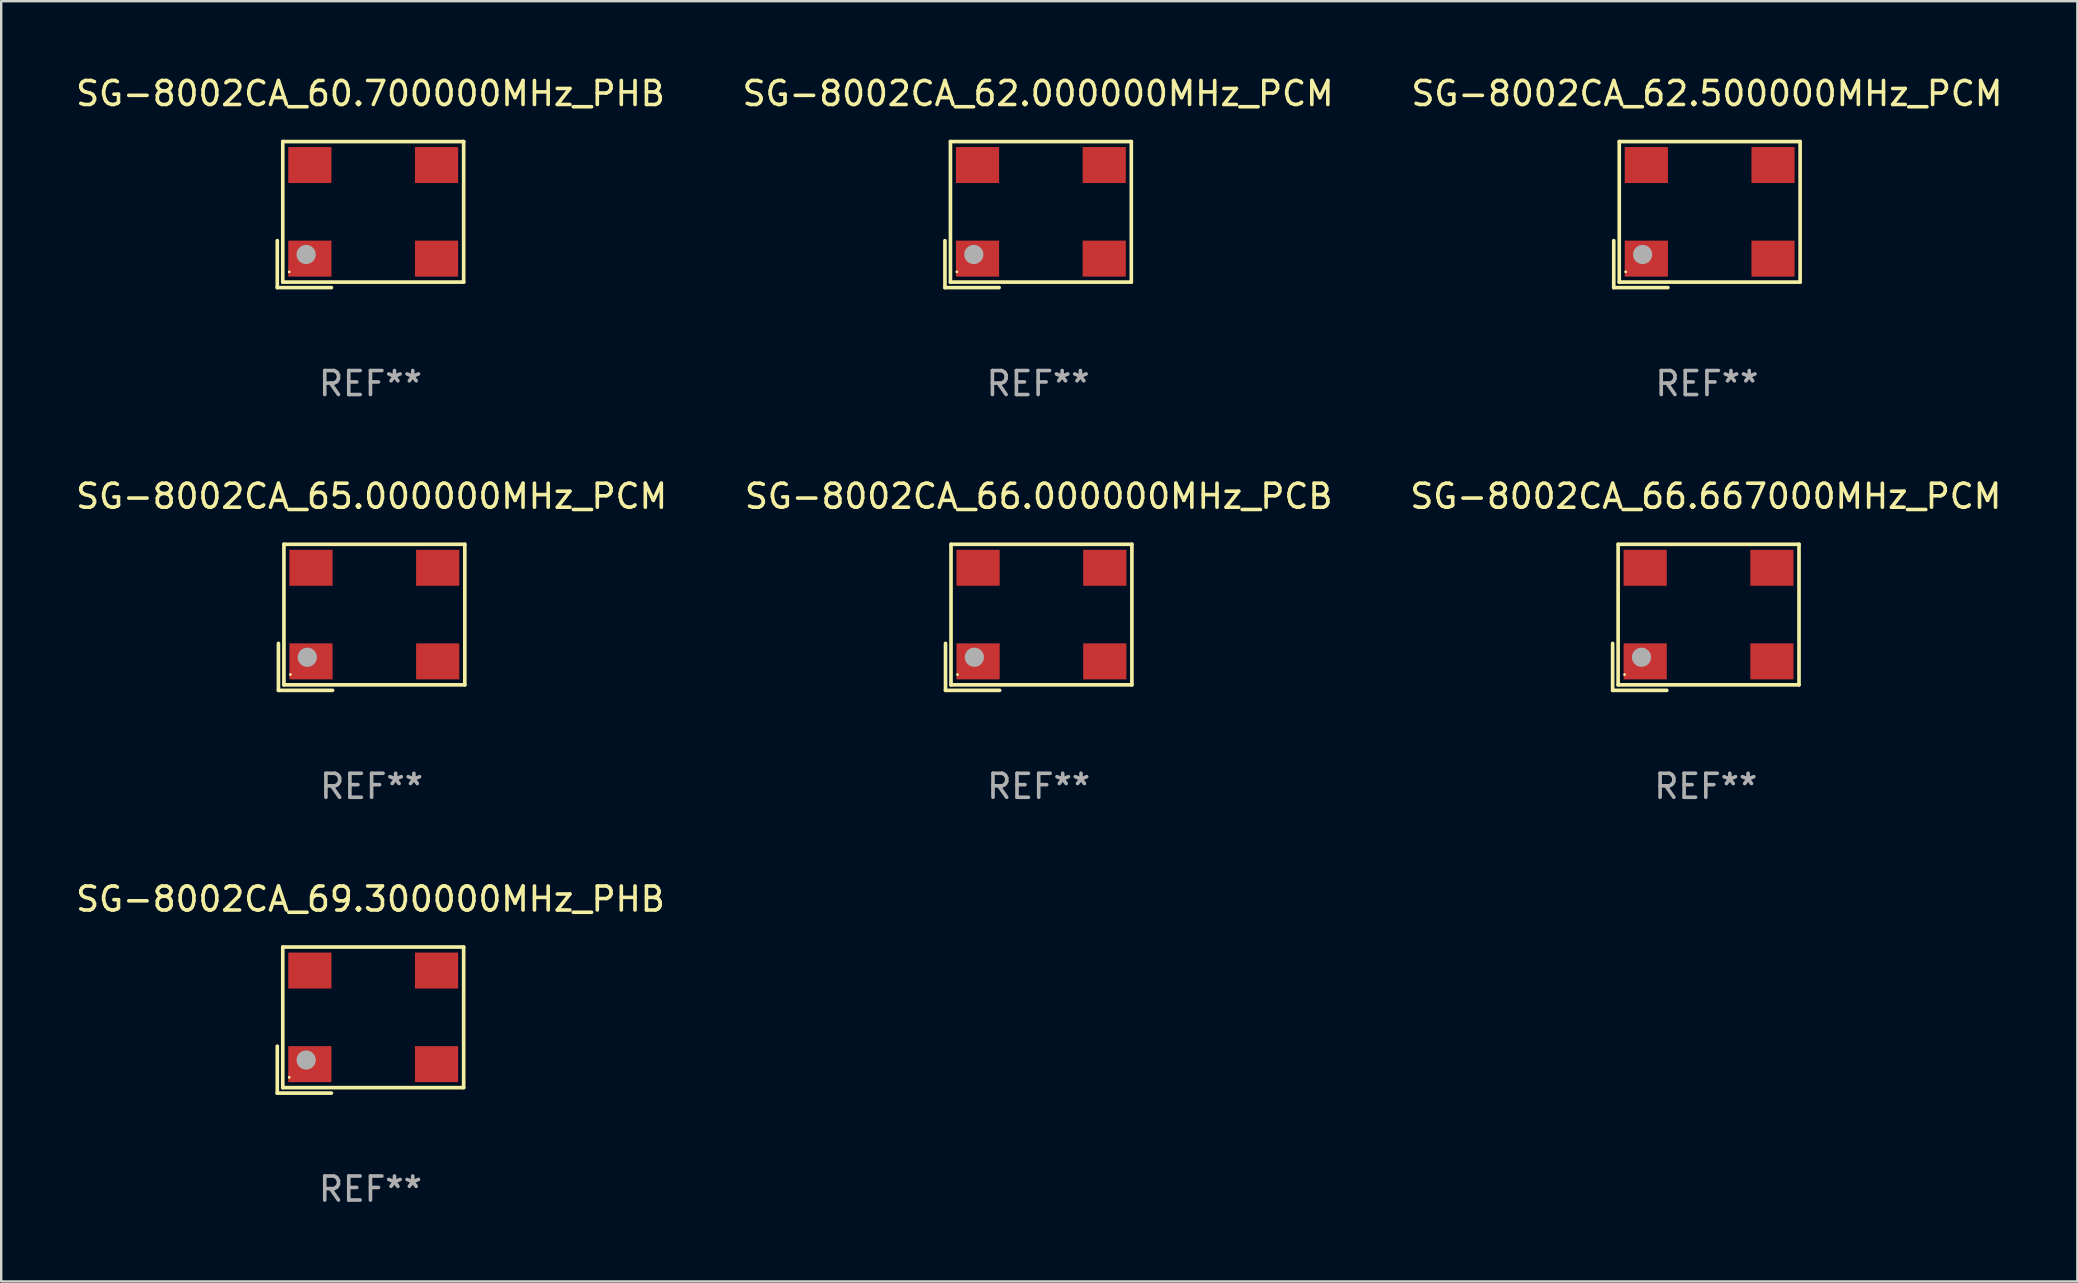
<source format=kicad_pcb>
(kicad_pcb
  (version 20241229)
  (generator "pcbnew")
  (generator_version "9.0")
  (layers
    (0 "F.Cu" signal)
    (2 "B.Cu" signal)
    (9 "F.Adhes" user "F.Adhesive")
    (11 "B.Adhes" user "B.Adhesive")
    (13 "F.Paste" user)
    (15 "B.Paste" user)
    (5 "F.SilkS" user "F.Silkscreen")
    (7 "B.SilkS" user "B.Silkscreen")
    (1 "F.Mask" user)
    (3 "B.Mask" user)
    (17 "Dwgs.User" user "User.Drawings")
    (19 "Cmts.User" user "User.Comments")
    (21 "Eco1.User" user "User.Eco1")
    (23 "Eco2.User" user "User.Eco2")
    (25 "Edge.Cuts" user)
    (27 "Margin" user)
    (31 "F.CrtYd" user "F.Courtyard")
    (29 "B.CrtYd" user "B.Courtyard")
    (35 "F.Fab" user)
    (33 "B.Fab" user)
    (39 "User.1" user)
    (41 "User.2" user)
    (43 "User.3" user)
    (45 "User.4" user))
  (footprint "SG-8002CA_62.000000MHz_PCM"
    (layer "F.Cu")
    (at 40.208 5.891)
    (property "Reference" "SG-8002CA_62.000000MHz_PCM" (at 0 -5.043 0) (layer "F.SilkS") (effects (font (size 1 1) (thickness 0.15))))
    (attr through_hole)
    (fp_line (start -3.883 1.086) (end -3.883 3.043) (stroke (width 0.152) (type solid)) (layer "F.SilkS"))
    (fp_line (start -3.883 3.043) (end -1.626 3.043) (stroke (width 0.152) (type solid)) (layer "F.SilkS"))
    (fp_line (start -3.654 -3.043) (end 3.883 -3.043) (stroke (width 0.152) (type solid)) (layer "F.SilkS"))
    (fp_line (start -3.654 2.814) (end -3.654 -3.043) (stroke (width 0.152) (type solid)) (layer "F.SilkS"))
    (fp_line (start 3.883 -3.043) (end 3.883 2.814) (stroke (width 0.152) (type solid)) (layer "F.SilkS"))
    (fp_line (start 3.883 2.814) (end -3.654 2.814) (stroke (width 0.152) (type solid)) (layer "F.SilkS"))
    (fp_circle (center -3.386 2.386) (end -3.356 2.386) (stroke (width 0.06) (type solid)) (fill no) (layer "F.SilkS"))
    (fp_circle (center -2.68 1.664) (end -2.48 1.664) (stroke (width 0.4) (type solid)) (fill no) (layer "F.Fab"))
    (fp_text user "REF**" (at 0 7.043 0) (layer "F.Fab") (effects (font (size 1 1) (thickness 0.15))))
    (pad "1" smd rect (at -2.526 1.836) (size 1.8 1.5) (layers "F.Cu" "F.Mask" "F.Paste"))
    (pad "2" smd rect (at 2.754 1.836) (size 1.8 1.5) (layers "F.Cu" "F.Mask" "F.Paste"))
    (pad "3" smd rect (at 2.754 -2.064) (size 1.8 1.5) (layers "F.Cu" "F.Mask" "F.Paste"))
    (pad "4" smd rect (at -2.526 -2.064) (size 1.8 1.5) (layers "F.Cu" "F.Mask" "F.Paste")))
  (footprint "SG-8002CA_69.300000MHz_PHB"
    (layer "F.Cu")
    (at 12.387 39.456)
    (property "Reference" "SG-8002CA_69.300000MHz_PHB" (at 0 -5.043 0) (layer "F.SilkS") (effects (font (size 1 1) (thickness 0.15))))
    (attr through_hole)
    (fp_line (start -3.883 1.086) (end -3.883 3.043) (stroke (width 0.152) (type solid)) (layer "F.SilkS"))
    (fp_line (start -3.883 3.043) (end -1.626 3.043) (stroke (width 0.152) (type solid)) (layer "F.SilkS"))
    (fp_line (start -3.654 -3.043) (end 3.883 -3.043) (stroke (width 0.152) (type solid)) (layer "F.SilkS"))
    (fp_line (start -3.654 2.814) (end -3.654 -3.043) (stroke (width 0.152) (type solid)) (layer "F.SilkS"))
    (fp_line (start 3.883 -3.043) (end 3.883 2.814) (stroke (width 0.152) (type solid)) (layer "F.SilkS"))
    (fp_line (start 3.883 2.814) (end -3.654 2.814) (stroke (width 0.152) (type solid)) (layer "F.SilkS"))
    (fp_circle (center -3.386 2.386) (end -3.356 2.386) (stroke (width 0.06) (type solid)) (fill no) (layer "F.SilkS"))
    (fp_circle (center -2.68 1.664) (end -2.48 1.664) (stroke (width 0.4) (type solid)) (fill no) (layer "F.Fab"))
    (fp_text user "REF**" (at 0 7.043 0) (layer "F.Fab") (effects (font (size 1 1) (thickness 0.15))))
    (pad "1" smd rect (at -2.526 1.836) (size 1.8 1.5) (layers "F.Cu" "F.Mask" "F.Paste"))
    (pad "2" smd rect (at 2.754 1.836) (size 1.8 1.5) (layers "F.Cu" "F.Mask" "F.Paste"))
    (pad "3" smd rect (at 2.754 -2.064) (size 1.8 1.5) (layers "F.Cu" "F.Mask" "F.Paste"))
    (pad "4" smd rect (at -2.526 -2.064) (size 1.8 1.5) (layers "F.Cu" "F.Mask" "F.Paste")))
  (footprint "SG-8002CA_66.000000MHz_PCB"
    (layer "F.Cu")
    (at 40.232 22.673)
    (property "Reference" "SG-8002CA_66.000000MHz_PCB" (at 0 -5.043 0) (layer "F.SilkS") (effects (font (size 1 1) (thickness 0.15))))
    (attr through_hole)
    (fp_line (start -3.883 1.086) (end -3.883 3.043) (stroke (width 0.152) (type solid)) (layer "F.SilkS"))
    (fp_line (start -3.883 3.043) (end -1.626 3.043) (stroke (width 0.152) (type solid)) (layer "F.SilkS"))
    (fp_line (start -3.654 -3.043) (end 3.883 -3.043) (stroke (width 0.152) (type solid)) (layer "F.SilkS"))
    (fp_line (start -3.654 2.814) (end -3.654 -3.043) (stroke (width 0.152) (type solid)) (layer "F.SilkS"))
    (fp_line (start 3.883 -3.043) (end 3.883 2.814) (stroke (width 0.152) (type solid)) (layer "F.SilkS"))
    (fp_line (start 3.883 2.814) (end -3.654 2.814) (stroke (width 0.152) (type solid)) (layer "F.SilkS"))
    (fp_circle (center -3.386 2.386) (end -3.356 2.386) (stroke (width 0.06) (type solid)) (fill no) (layer "F.SilkS"))
    (fp_circle (center -2.68 1.664) (end -2.48 1.664) (stroke (width 0.4) (type solid)) (fill no) (layer "F.Fab"))
    (fp_text user "REF**" (at 0 7.043 0) (layer "F.Fab") (effects (font (size 1 1) (thickness 0.15))))
    (pad "1" smd rect (at -2.526 1.836) (size 1.8 1.5) (layers "F.Cu" "F.Mask" "F.Paste"))
    (pad "2" smd rect (at 2.754 1.836) (size 1.8 1.5) (layers "F.Cu" "F.Mask" "F.Paste"))
    (pad "3" smd rect (at 2.754 -2.064) (size 1.8 1.5) (layers "F.Cu" "F.Mask" "F.Paste"))
    (pad "4" smd rect (at -2.526 -2.064) (size 1.8 1.5) (layers "F.Cu" "F.Mask" "F.Paste")))
  (footprint "SG-8002CA_62.500000MHz_PCM"
    (layer "F.Cu")
    (at 68.077 5.891)
    (property "Reference" "SG-8002CA_62.500000MHz_PCM" (at 0 -5.043 0) (layer "F.SilkS") (effects (font (size 1 1) (thickness 0.15))))
    (attr through_hole)
    (fp_line (start -3.883 1.086) (end -3.883 3.043) (stroke (width 0.152) (type solid)) (layer "F.SilkS"))
    (fp_line (start -3.883 3.043) (end -1.626 3.043) (stroke (width 0.152) (type solid)) (layer "F.SilkS"))
    (fp_line (start -3.654 -3.043) (end 3.883 -3.043) (stroke (width 0.152) (type solid)) (layer "F.SilkS"))
    (fp_line (start -3.654 2.814) (end -3.654 -3.043) (stroke (width 0.152) (type solid)) (layer "F.SilkS"))
    (fp_line (start 3.883 -3.043) (end 3.883 2.814) (stroke (width 0.152) (type solid)) (layer "F.SilkS"))
    (fp_line (start 3.883 2.814) (end -3.654 2.814) (stroke (width 0.152) (type solid)) (layer "F.SilkS"))
    (fp_circle (center -3.386 2.386) (end -3.356 2.386) (stroke (width 0.06) (type solid)) (fill no) (layer "F.SilkS"))
    (fp_circle (center -2.68 1.664) (end -2.48 1.664) (stroke (width 0.4) (type solid)) (fill no) (layer "F.Fab"))
    (fp_text user "REF**" (at 0 7.043 0) (layer "F.Fab") (effects (font (size 1 1) (thickness 0.15))))
    (pad "1" smd rect (at -2.526 1.836) (size 1.8 1.5) (layers "F.Cu" "F.Mask" "F.Paste"))
    (pad "2" smd rect (at 2.754 1.836) (size 1.8 1.5) (layers "F.Cu" "F.Mask" "F.Paste"))
    (pad "3" smd rect (at 2.754 -2.064) (size 1.8 1.5) (layers "F.Cu" "F.Mask" "F.Paste"))
    (pad "4" smd rect (at -2.526 -2.064) (size 1.8 1.5) (layers "F.Cu" "F.Mask" "F.Paste")))
  (footprint "SG-8002CA_66.667000MHz_PCM"
    (layer "F.Cu")
    (at 68.03 22.673)
    (property "Reference" "SG-8002CA_66.667000MHz_PCM" (at 0 -5.043 0) (layer "F.SilkS") (effects (font (size 1 1) (thickness 0.15))))
    (attr through_hole)
    (fp_line (start -3.883 1.086) (end -3.883 3.043) (stroke (width 0.152) (type solid)) (layer "F.SilkS"))
    (fp_line (start -3.883 3.043) (end -1.626 3.043) (stroke (width 0.152) (type solid)) (layer "F.SilkS"))
    (fp_line (start -3.654 -3.043) (end 3.883 -3.043) (stroke (width 0.152) (type solid)) (layer "F.SilkS"))
    (fp_line (start -3.654 2.814) (end -3.654 -3.043) (stroke (width 0.152) (type solid)) (layer "F.SilkS"))
    (fp_line (start 3.883 -3.043) (end 3.883 2.814) (stroke (width 0.152) (type solid)) (layer "F.SilkS"))
    (fp_line (start 3.883 2.814) (end -3.654 2.814) (stroke (width 0.152) (type solid)) (layer "F.SilkS"))
    (fp_circle (center -3.386 2.386) (end -3.356 2.386) (stroke (width 0.06) (type solid)) (fill no) (layer "F.SilkS"))
    (fp_circle (center -2.68 1.664) (end -2.48 1.664) (stroke (width 0.4) (type solid)) (fill no) (layer "F.Fab"))
    (fp_text user "REF**" (at 0 7.043 0) (layer "F.Fab") (effects (font (size 1 1) (thickness 0.15))))
    (pad "1" smd rect (at -2.526 1.836) (size 1.8 1.5) (layers "F.Cu" "F.Mask" "F.Paste"))
    (pad "2" smd rect (at 2.754 1.836) (size 1.8 1.5) (layers "F.Cu" "F.Mask" "F.Paste"))
    (pad "3" smd rect (at 2.754 -2.064) (size 1.8 1.5) (layers "F.Cu" "F.Mask" "F.Paste"))
    (pad "4" smd rect (at -2.526 -2.064) (size 1.8 1.5) (layers "F.Cu" "F.Mask" "F.Paste")))
  (footprint "SG-8002CA_65.000000MHz_PCM"
    (layer "F.Cu")
    (at 12.435 22.673)
    (property "Reference" "SG-8002CA_65.000000MHz_PCM" (at 0 -5.043 0) (layer "F.SilkS") (effects (font (size 1 1) (thickness 0.15))))
    (attr through_hole)
    (fp_line (start -3.883 1.086) (end -3.883 3.043) (stroke (width 0.152) (type solid)) (layer "F.SilkS"))
    (fp_line (start -3.883 3.043) (end -1.626 3.043) (stroke (width 0.152) (type solid)) (layer "F.SilkS"))
    (fp_line (start -3.654 -3.043) (end 3.883 -3.043) (stroke (width 0.152) (type solid)) (layer "F.SilkS"))
    (fp_line (start -3.654 2.814) (end -3.654 -3.043) (stroke (width 0.152) (type solid)) (layer "F.SilkS"))
    (fp_line (start 3.883 -3.043) (end 3.883 2.814) (stroke (width 0.152) (type solid)) (layer "F.SilkS"))
    (fp_line (start 3.883 2.814) (end -3.654 2.814) (stroke (width 0.152) (type solid)) (layer "F.SilkS"))
    (fp_circle (center -3.386 2.386) (end -3.356 2.386) (stroke (width 0.06) (type solid)) (fill no) (layer "F.SilkS"))
    (fp_circle (center -2.68 1.664) (end -2.48 1.664) (stroke (width 0.4) (type solid)) (fill no) (layer "F.Fab"))
    (fp_text user "REF**" (at 0 7.043 0) (layer "F.Fab") (effects (font (size 1 1) (thickness 0.15))))
    (pad "1" smd rect (at -2.526 1.836) (size 1.8 1.5) (layers "F.Cu" "F.Mask" "F.Paste"))
    (pad "2" smd rect (at 2.754 1.836) (size 1.8 1.5) (layers "F.Cu" "F.Mask" "F.Paste"))
    (pad "3" smd rect (at 2.754 -2.064) (size 1.8 1.5) (layers "F.Cu" "F.Mask" "F.Paste"))
    (pad "4" smd rect (at -2.526 -2.064) (size 1.8 1.5) (layers "F.Cu" "F.Mask" "F.Paste")))
  (footprint "SG-8002CA_60.700000MHz_PHB"
    (layer "F.Cu")
    (at 12.387 5.891)
    (property "Reference" "SG-8002CA_60.700000MHz_PHB" (at 0 -5.043 0) (layer "F.SilkS") (effects (font (size 1 1) (thickness 0.15))))
    (attr through_hole)
    (fp_line (start -3.883 1.086) (end -3.883 3.043) (stroke (width 0.152) (type solid)) (layer "F.SilkS"))
    (fp_line (start -3.883 3.043) (end -1.626 3.043) (stroke (width 0.152) (type solid)) (layer "F.SilkS"))
    (fp_line (start -3.654 -3.043) (end 3.883 -3.043) (stroke (width 0.152) (type solid)) (layer "F.SilkS"))
    (fp_line (start -3.654 2.814) (end -3.654 -3.043) (stroke (width 0.152) (type solid)) (layer "F.SilkS"))
    (fp_line (start 3.883 -3.043) (end 3.883 2.814) (stroke (width 0.152) (type solid)) (layer "F.SilkS"))
    (fp_line (start 3.883 2.814) (end -3.654 2.814) (stroke (width 0.152) (type solid)) (layer "F.SilkS"))
    (fp_circle (center -3.386 2.386) (end -3.356 2.386) (stroke (width 0.06) (type solid)) (fill no) (layer "F.SilkS"))
    (fp_circle (center -2.68 1.664) (end -2.48 1.664) (stroke (width 0.4) (type solid)) (fill no) (layer "F.Fab"))
    (fp_text user "REF**" (at 0 7.043 0) (layer "F.Fab") (effects (font (size 1 1) (thickness 0.15))))
    (pad "1" smd rect (at -2.526 1.836) (size 1.8 1.5) (layers "F.Cu" "F.Mask" "F.Paste"))
    (pad "2" smd rect (at 2.754 1.836) (size 1.8 1.5) (layers "F.Cu" "F.Mask" "F.Paste"))
    (pad "3" smd rect (at 2.754 -2.064) (size 1.8 1.5) (layers "F.Cu" "F.Mask" "F.Paste"))
    (pad "4" smd rect (at -2.526 -2.064) (size 1.8 1.5) (layers "F.Cu" "F.Mask" "F.Paste")))
  (gr_rect
    (start -3 -3)
    (end 83.512 50.347)
    (stroke (width 0.1) (type default))
    (fill no)
    (layer "Edge.Cuts")))
</source>
